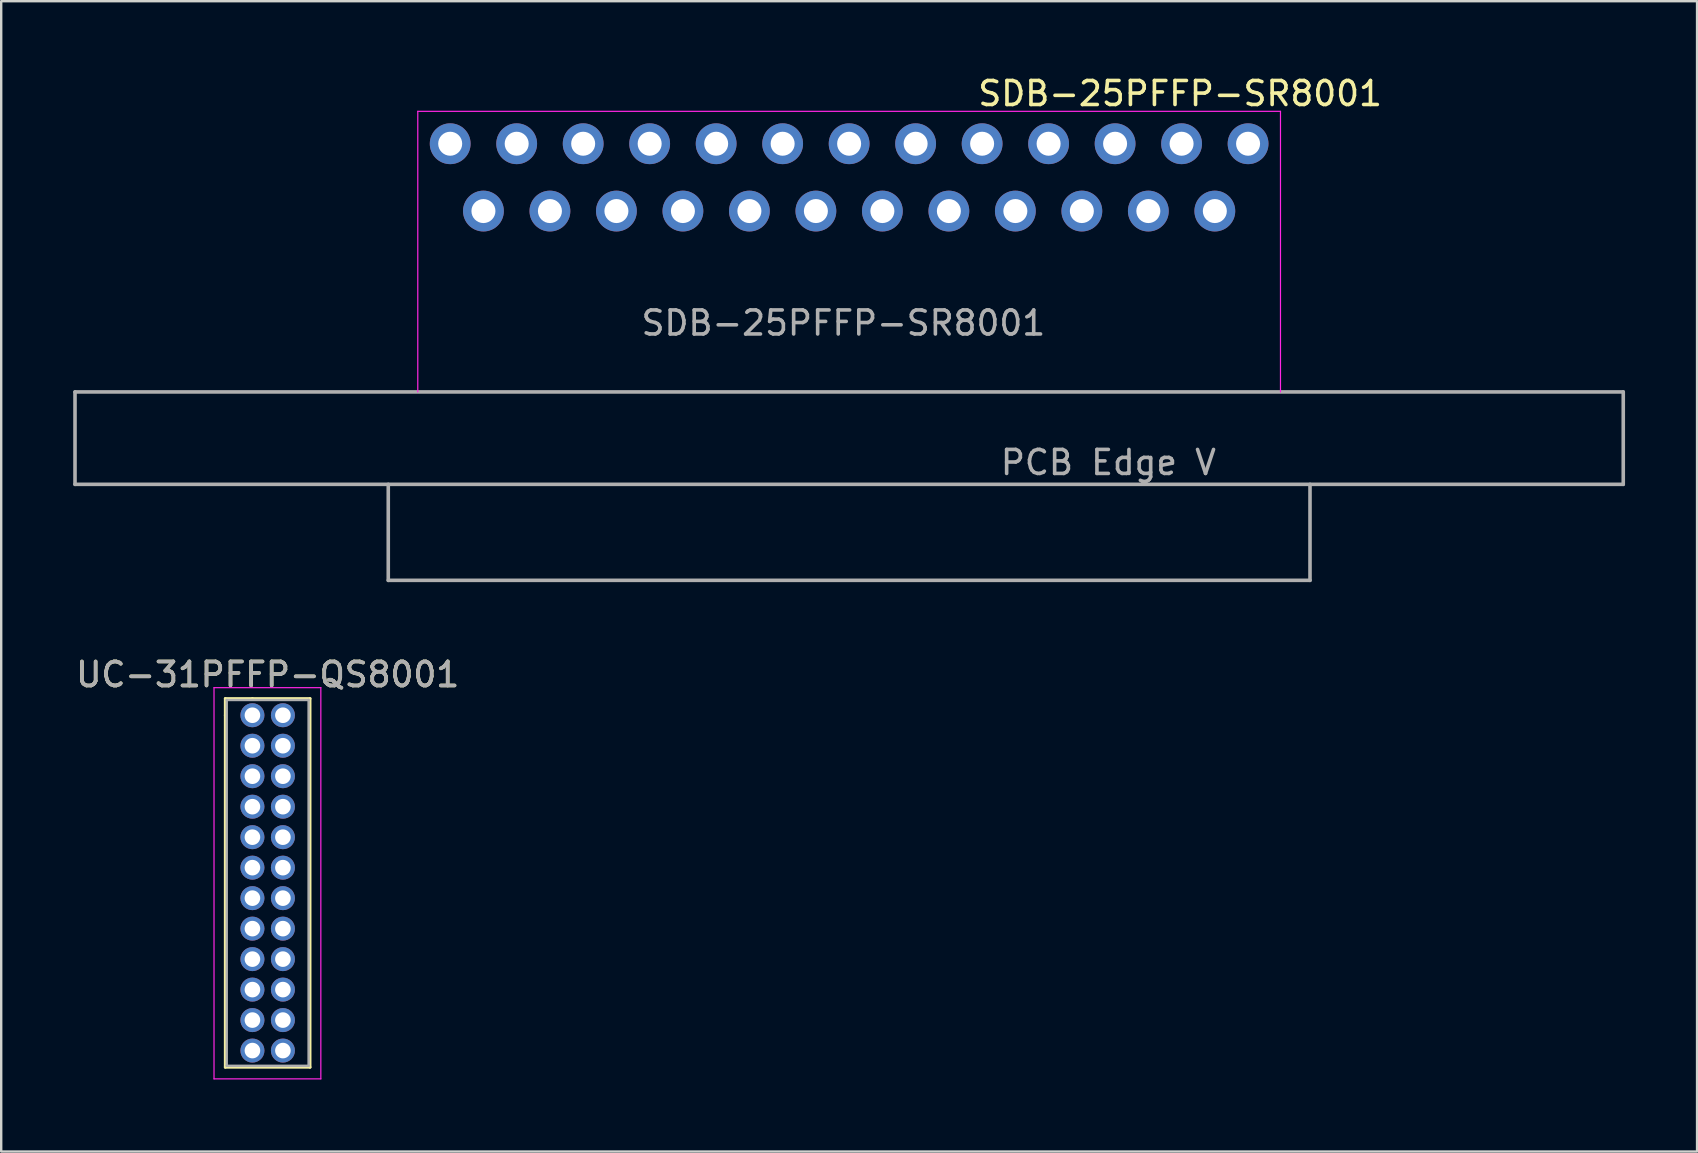
<source format=kicad_pcb>
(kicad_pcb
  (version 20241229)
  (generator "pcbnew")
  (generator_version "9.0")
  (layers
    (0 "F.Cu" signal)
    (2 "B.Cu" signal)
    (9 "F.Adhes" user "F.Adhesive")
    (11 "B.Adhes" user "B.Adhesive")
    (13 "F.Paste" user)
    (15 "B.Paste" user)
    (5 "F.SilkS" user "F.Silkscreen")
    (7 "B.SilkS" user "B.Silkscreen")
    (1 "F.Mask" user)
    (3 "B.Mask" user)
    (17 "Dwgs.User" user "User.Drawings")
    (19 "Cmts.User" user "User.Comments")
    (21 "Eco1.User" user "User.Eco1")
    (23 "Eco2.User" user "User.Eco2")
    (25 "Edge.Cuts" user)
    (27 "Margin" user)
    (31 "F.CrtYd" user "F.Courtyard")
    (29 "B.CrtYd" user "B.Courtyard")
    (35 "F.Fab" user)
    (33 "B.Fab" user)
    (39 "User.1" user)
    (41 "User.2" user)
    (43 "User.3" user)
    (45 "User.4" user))
  (footprint "UC-31PFFP-QS8001"
    (layer "F.Cu")
    (at 7.466 26.747)
    (property "Reference" "UC-31PFFP-QS8001" (at 0.635 -1.695 0) (layer "F.SilkS") (effects (font (size 1 1) (thickness 0.15))))
    (attr through_hole)
    (fp_line (start -1.13 -0.695) (end 0 -0.695) (stroke (width 0.12) (type solid)) (layer "F.SilkS"))
    (fp_line (start -1.13 0) (end -1.13 -0.695) (stroke (width 0.12) (type solid)) (layer "F.SilkS"))
    (fp_line (start -1.13 0) (end -1.13 14.665) (stroke (width 0.12) (type solid)) (layer "F.SilkS"))
    (fp_line (start -1.13 14.665) (end 2.4 14.665) (stroke (width 0.12) (type solid)) (layer "F.SilkS"))
    (fp_line (start 2.4 -0.695) (end 0 -0.695) (stroke (width 0.12) (type solid)) (layer "F.SilkS"))
    (fp_line (start 2.4 14.665) (end 2.4 -0.695) (stroke (width 0.12) (type solid)) (layer "F.SilkS"))
    (fp_line (start -1.6 -1.15) (end -1.6 15.15) (stroke (width 0.05) (type solid)) (layer "F.CrtYd"))
    (fp_line (start -1.6 15.15) (end 2.85 15.15) (stroke (width 0.05) (type solid)) (layer "F.CrtYd"))
    (fp_line (start 2.85 -1.15) (end -1.6 -1.15) (stroke (width 0.05) (type solid)) (layer "F.CrtYd"))
    (fp_line (start 2.85 15.15) (end 2.85 -1.15) (stroke (width 0.05) (type solid)) (layer "F.CrtYd"))
    (fp_line (start -1.07 -0.635) (end -1.07 14.605) (stroke (width 0.1) (type solid)) (layer "F.Fab"))
    (fp_line (start -1.07 14.605) (end 2.34 14.605) (stroke (width 0.1) (type solid)) (layer "F.Fab"))
    (fp_line (start 2.34 -0.635) (end -1.07 -0.635) (stroke (width 0.1) (type solid)) (layer "F.Fab"))
    (fp_line (start 2.34 14.605) (end 2.34 -0.635) (stroke (width 0.1) (type solid)) (layer "F.Fab"))
    (fp_text user "${REFERENCE}" (at 0.635 -1.695 0) (layer "F.Fab") (effects (font (size 1 1) (thickness 0.15))))
    (pad "A1" thru_hole circle (at 0 0) (size 1 1) (drill 0.65) (layers "*.Cu" "*.Mask"))
    (pad "A2" thru_hole oval (at 0 1.27) (size 1 1) (drill 0.65) (layers "*.Cu" "*.Mask"))
    (pad "A3" thru_hole oval (at 0 2.54) (size 1 1) (drill 0.65) (layers "*.Cu" "*.Mask"))
    (pad "A4" thru_hole oval (at 0 3.81) (size 1 1) (drill 0.65) (layers "*.Cu" "*.Mask"))
    (pad "A5" thru_hole oval (at 0 5.08) (size 1 1) (drill 0.65) (layers "*.Cu" "*.Mask"))
    (pad "A6" thru_hole oval (at 0 6.35) (size 1 1) (drill 0.65) (layers "*.Cu" "*.Mask"))
    (pad "A7" thru_hole oval (at 0 7.62) (size 1 1) (drill 0.65) (layers "*.Cu" "*.Mask"))
    (pad "A8" thru_hole oval (at 0 8.89) (size 1 1) (drill 0.65) (layers "*.Cu" "*.Mask"))
    (pad "A9" thru_hole oval (at 0 10.16) (size 1 1) (drill 0.65) (layers "*.Cu" "*.Mask"))
    (pad "A10" thru_hole oval (at 0 11.43) (size 1 1) (drill 0.65) (layers "*.Cu" "*.Mask"))
    (pad "A11" thru_hole oval (at 0 12.7) (size 1 1) (drill 0.65) (layers "*.Cu" "*.Mask"))
    (pad "A12" thru_hole oval (at 0 13.97) (size 1 1) (drill 0.65) (layers "*.Cu" "*.Mask"))
    (pad "B1" thru_hole oval (at 1.27 13.97) (size 1 1) (drill 0.65) (layers "*.Cu" "*.Mask"))
    (pad "B2" thru_hole oval (at 1.27 12.7) (size 1 1) (drill 0.65) (layers "*.Cu" "*.Mask"))
    (pad "B3" thru_hole oval (at 1.27 11.43) (size 1 1) (drill 0.65) (layers "*.Cu" "*.Mask"))
    (pad "B4" thru_hole oval (at 1.27 10.16) (size 1 1) (drill 0.65) (layers "*.Cu" "*.Mask"))
    (pad "B5" thru_hole oval (at 1.27 8.89) (size 1 1) (drill 0.65) (layers "*.Cu" "*.Mask"))
    (pad "B6" thru_hole oval (at 1.27 7.62) (size 1 1) (drill 0.65) (layers "*.Cu" "*.Mask"))
    (pad "B7" thru_hole oval (at 1.27 6.35) (size 1 1) (drill 0.65) (layers "*.Cu" "*.Mask"))
    (pad "B8" thru_hole oval (at 1.27 5.08) (size 1 1) (drill 0.65) (layers "*.Cu" "*.Mask"))
    (pad "B9" thru_hole oval (at 1.27 3.81) (size 1 1) (drill 0.65) (layers "*.Cu" "*.Mask"))
    (pad "B10" thru_hole oval (at 1.27 2.54) (size 1 1) (drill 0.65) (layers "*.Cu" "*.Mask"))
    (pad "B11" thru_hole oval (at 1.27 1.27) (size 1 1) (drill 0.65) (layers "*.Cu" "*.Mask"))
    (pad "B12" thru_hole oval (at 1.27 0) (size 1 1) (drill 0.65) (layers "*.Cu" "*.Mask")))
  (footprint "SDB-25PFFP-SR8001"
    (layer "F.Cu")
    (at 32.325 4.358)
    (property "Reference" "SDB-25PFFP-SR8001" (at 13.79 -3.51 180) (layer "F.SilkS") (effects (font (size 1 1) (thickness 0.15))))
    (attr through_hole)
    (fp_line (start -17.97 -2.77) (end -17.97 8.92) (stroke (width 0.05) (type solid)) (layer "F.CrtYd"))
    (fp_line (start -17.97 -2.77) (end 17.97 -2.77) (stroke (width 0.05) (type solid)) (layer "F.CrtYd"))
    (fp_line (start 17.97 -2.77) (end 17.97 8.92) (stroke (width 0.05) (type solid)) (layer "F.CrtYd"))
    (fp_line (start -32.25 8.92) (end 32.25 8.92) (stroke (width 0.15) (type solid)) (layer "F.Fab"))
    (fp_line (start -32.25 12.77) (end -32.25 8.92) (stroke (width 0.15) (type solid)) (layer "F.Fab"))
    (fp_line (start -32.25 12.77) (end 32.25 12.77) (stroke (width 0.15) (type solid)) (layer "F.Fab"))
    (fp_line (start -19.2 16.77) (end -19.2 12.77) (stroke (width 0.15) (type solid)) (layer "F.Fab"))
    (fp_line (start -19.2 16.77) (end 19.2 16.77) (stroke (width 0.15) (type solid)) (layer "F.Fab"))
    (fp_line (start 19.2 16.77) (end 19.2 12.77) (stroke (width 0.15) (type solid)) (layer "F.Fab"))
    (fp_line (start 32.25 12.77) (end 32.25 8.92) (stroke (width 0.15) (type solid)) (layer "F.Fab"))
    (fp_text user "PCB Edge V" (at 10.8 11.86 0) (layer "F.Fab") (effects (font (size 1 1) (thickness 0.15))))
    (fp_text user "${REFERENCE}" (at -0.24 6.05 0) (layer "F.Fab") (effects (font (size 1 1) (thickness 0.15))))
    (pad "1" thru_hole circle (at -16.62 -1.42) (size 1.7 1.7) (drill 1) (layers "*.Cu" "*.Mask"))
    (pad "2" thru_hole circle (at -13.85 -1.42) (size 1.7 1.7) (drill 1) (layers "*.Cu" "*.Mask"))
    (pad "3" thru_hole circle (at -11.08 -1.42) (size 1.7 1.7) (drill 1) (layers "*.Cu" "*.Mask"))
    (pad "4" thru_hole circle (at -8.31 -1.42) (size 1.7 1.7) (drill 1) (layers "*.Cu" "*.Mask"))
    (pad "5" thru_hole circle (at -5.54 -1.42) (size 1.7 1.7) (drill 1) (layers "*.Cu" "*.Mask"))
    (pad "6" thru_hole circle (at -2.77 -1.42) (size 1.7 1.7) (drill 1) (layers "*.Cu" "*.Mask"))
    (pad "7" thru_hole circle (at 0 -1.42) (size 1.7 1.7) (drill 1) (layers "*.Cu" "*.Mask"))
    (pad "8" thru_hole circle (at 2.77 -1.42) (size 1.7 1.7) (drill 1) (layers "*.Cu" "*.Mask"))
    (pad "9" thru_hole circle (at 5.54 -1.42) (size 1.7 1.7) (drill 1) (layers "*.Cu" "*.Mask"))
    (pad "10" thru_hole circle (at 8.31 -1.42) (size 1.7 1.7) (drill 1) (layers "*.Cu" "*.Mask"))
    (pad "11" thru_hole circle (at 11.08 -1.42) (size 1.7 1.7) (drill 1) (layers "*.Cu" "*.Mask"))
    (pad "12" thru_hole circle (at 13.85 -1.42) (size 1.7 1.7) (drill 1) (layers "*.Cu" "*.Mask"))
    (pad "13" thru_hole circle (at 16.62 -1.42) (size 1.7 1.7) (drill 1) (layers "*.Cu" "*.Mask"))
    (pad "14" thru_hole circle (at -15.235 1.385) (size 1.7 1.7) (drill 1) (layers "*.Cu" "*.Mask"))
    (pad "15" thru_hole circle (at -12.465 1.385) (size 1.7 1.7) (drill 1) (layers "*.Cu" "*.Mask"))
    (pad "16" thru_hole circle (at -9.695 1.385) (size 1.7 1.7) (drill 1) (layers "*.Cu" "*.Mask"))
    (pad "17" thru_hole circle (at -6.925 1.385) (size 1.7 1.7) (drill 1) (layers "*.Cu" "*.Mask"))
    (pad "18" thru_hole circle (at -4.155 1.385) (size 1.7 1.7) (drill 1) (layers "*.Cu" "*.Mask"))
    (pad "19" thru_hole circle (at -1.385 1.385) (size 1.7 1.7) (drill 1) (layers "*.Cu" "*.Mask"))
    (pad "20" thru_hole circle (at 1.385 1.385) (size 1.7 1.7) (drill 1) (layers "*.Cu" "*.Mask"))
    (pad "21" thru_hole circle (at 6.925 1.385) (size 1.7 1.7) (drill 1) (layers "*.Cu" "*.Mask"))
    (pad "22" thru_hole circle (at 4.155 1.385) (size 1.7 1.7) (drill 1) (layers "*.Cu" "*.Mask"))
    (pad "23" thru_hole circle (at 9.695 1.385) (size 1.7 1.7) (drill 1) (layers "*.Cu" "*.Mask"))
    (pad "24" thru_hole circle (at 12.465 1.385) (size 1.7 1.7) (drill 1) (layers "*.Cu" "*.Mask"))
    (pad "25" thru_hole circle (at 15.235 1.385) (size 1.7 1.7) (drill 1) (layers "*.Cu" "*.Mask")))
  (gr_rect
    (start -3 -3)
    (end 67.65 44.922)
    (stroke (width 0.1) (type default))
    (fill no)
    (layer "Edge.Cuts")))
</source>
